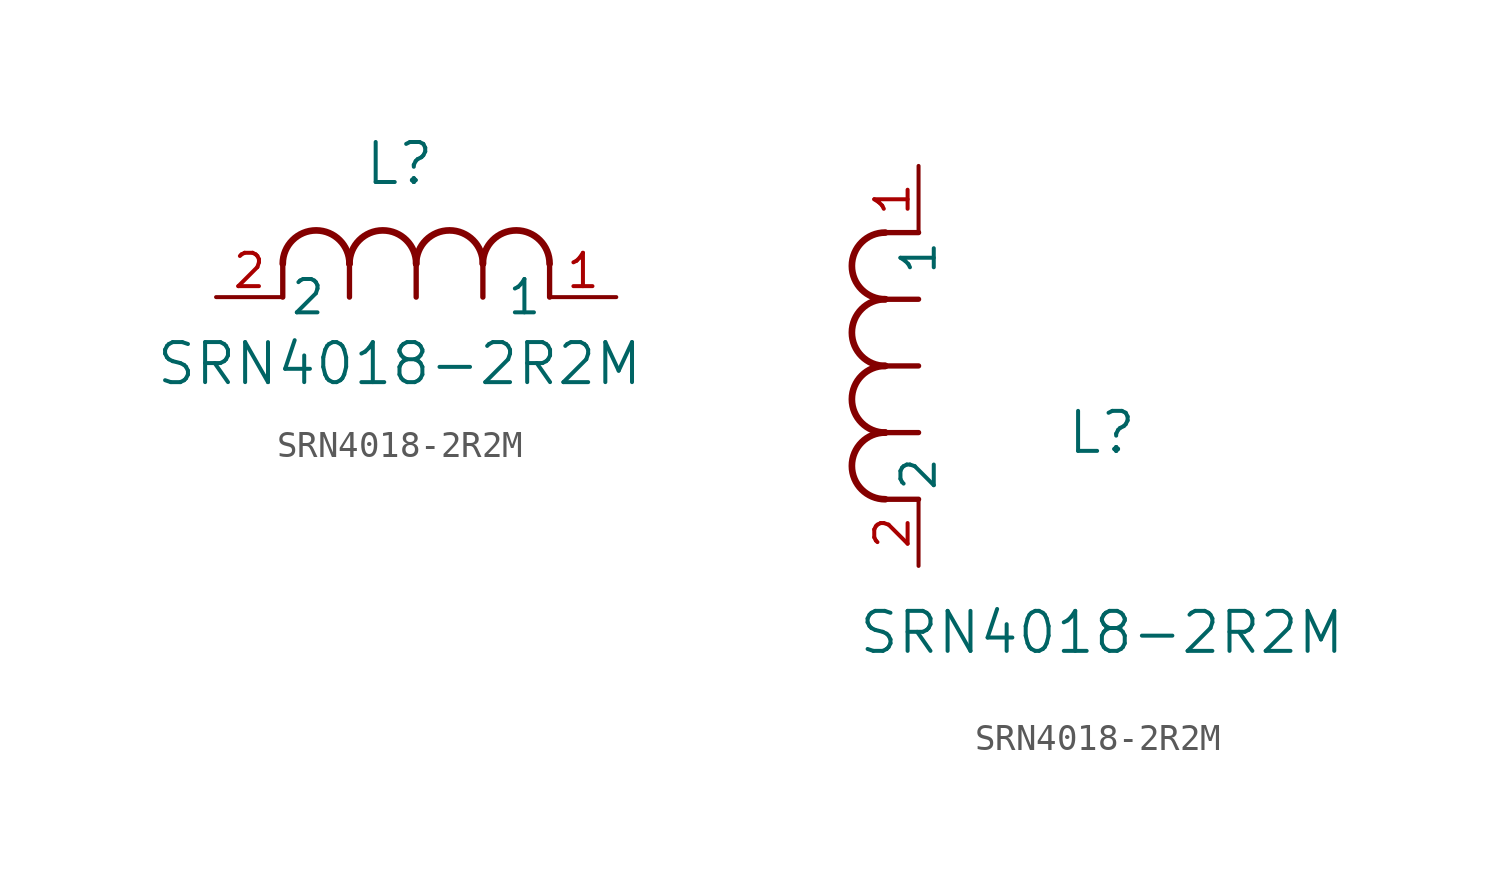
<source format=kicad_sym>
(kicad_symbol_lib
  (version 20211014)
  (generator kicad_symbol_editor)
  (symbol "SRN4018-2R2M"
    (pin_names
      (offset 0.254))
    (property "Reference" "L"
      (at 6.985 5.08 0)
      (effects (font (size 1.524 1.524))))
    (property "Value" "SRN4018-2R2M"
      (at 6.985 -2.54 0)
      (effects (font (size 1.524 1.524))))
    (symbol "SRN4018-2R2M_1_1"
      (arc (start 7.62 1.27) (mid 6.35 2.54) (end 5.08 1.27) (stroke (width 0.254) (type default) (color 0 0 0 0)) (fill (type none)))
      (polyline (pts (xy 5.08 0) (xy 5.08 1.27)) (stroke (width 0.203) (type default) (color 0 0 0 0)) (fill (type none)))
      (polyline (pts (xy 7.62 0) (xy 7.62 1.27)) (stroke (width 0.203) (type default) (color 0 0 0 0)) (fill (type none)))
      (polyline (pts (xy 12.7 0) (xy 12.7 1.27)) (stroke (width 0.203) (type default) (color 0 0 0 0)) (fill (type none)))
      (arc (start 5.08 1.27) (mid 3.81 2.54) (end 2.54 1.27) (stroke (width 0.254) (type default) (color 0 0 0 0)) (fill (type none)))
      (arc (start 10.16 1.27) (mid 8.89 2.54) (end 7.62 1.27) (stroke (width 0.254) (type default) (color 0 0 0 0)) (fill (type none)))
      (arc (start 12.7 1.27) (mid 11.43 2.54) (end 10.16 1.27) (stroke (width 0.254) (type default) (color 0 0 0 0)) (fill (type none)))
      (polyline (pts (xy 2.54 0) (xy 2.54 1.27)) (stroke (width 0.203) (type default) (color 0 0 0 0)) (fill (type none)))
      (polyline (pts (xy 10.16 0) (xy 10.16 1.27)) (stroke (width 0.203) (type default) (color 0 0 0 0)) (fill (type none)))
      (pin unspecified line (at 0 0 0) (length 2.54) (name "2" (effects (font (size 1.27 1.27)))) (number "2" (effects (font (size 1.27 1.27)))))
      (pin unspecified line (at 15.24 0 180) (length 2.54) (name "1" (effects (font (size 1.27 1.27)))) (number "1" (effects (font (size 1.27 1.27))))))
    (symbol "SRN4018-2R2M_1_2"
      (arc (start -1.27 7.62) (mid -2.54 6.35) (end -1.27 5.08) (stroke (width 0.254) (type default) (color 0 0 0 0)) (fill (type none)))
      (arc (start -1.27 5.08) (mid -2.54 3.81) (end -1.27 2.54) (stroke (width 0.254) (type default) (color 0 0 0 0)) (fill (type none)))
      (arc (start -1.27 12.7) (mid -2.54 11.43) (end -1.27 10.16) (stroke (width 0.254) (type default) (color 0 0 0 0)) (fill (type none)))
      (arc (start -1.27 10.16) (mid -2.54 8.89) (end -1.27 7.62) (stroke (width 0.254) (type default) (color 0 0 0 0)) (fill (type none)))
      (polyline (pts (xy 0 7.62) (xy -1.27 7.62)) (stroke (width 0.203) (type default) (color 0 0 0 0)) (fill (type none)))
      (polyline (pts (xy 0 5.08) (xy -1.27 5.08)) (stroke (width 0.203) (type default) (color 0 0 0 0)) (fill (type none)))
      (polyline (pts (xy 0 12.7) (xy -1.27 12.7)) (stroke (width 0.203) (type default) (color 0 0 0 0)) (fill (type none)))
      (polyline (pts (xy 0 2.54) (xy -1.27 2.54)) (stroke (width 0.203) (type default) (color 0 0 0 0)) (fill (type none)))
      (polyline (pts (xy 0 10.16) (xy -1.27 10.16)) (stroke (width 0.203) (type default) (color 0 0 0 0)) (fill (type none)))
      (pin unspecified line (at 0 0 90) (length 2.54) (name "2" (effects (font (size 1.27 1.27)))) (number "2" (effects (font (size 1.27 1.27)))))
      (pin unspecified line (at 0 15.24 270) (length 2.54) (name "1" (effects (font (size 1.27 1.27)))) (number "1" (effects (font (size 1.27 1.27))))))))
</source>
